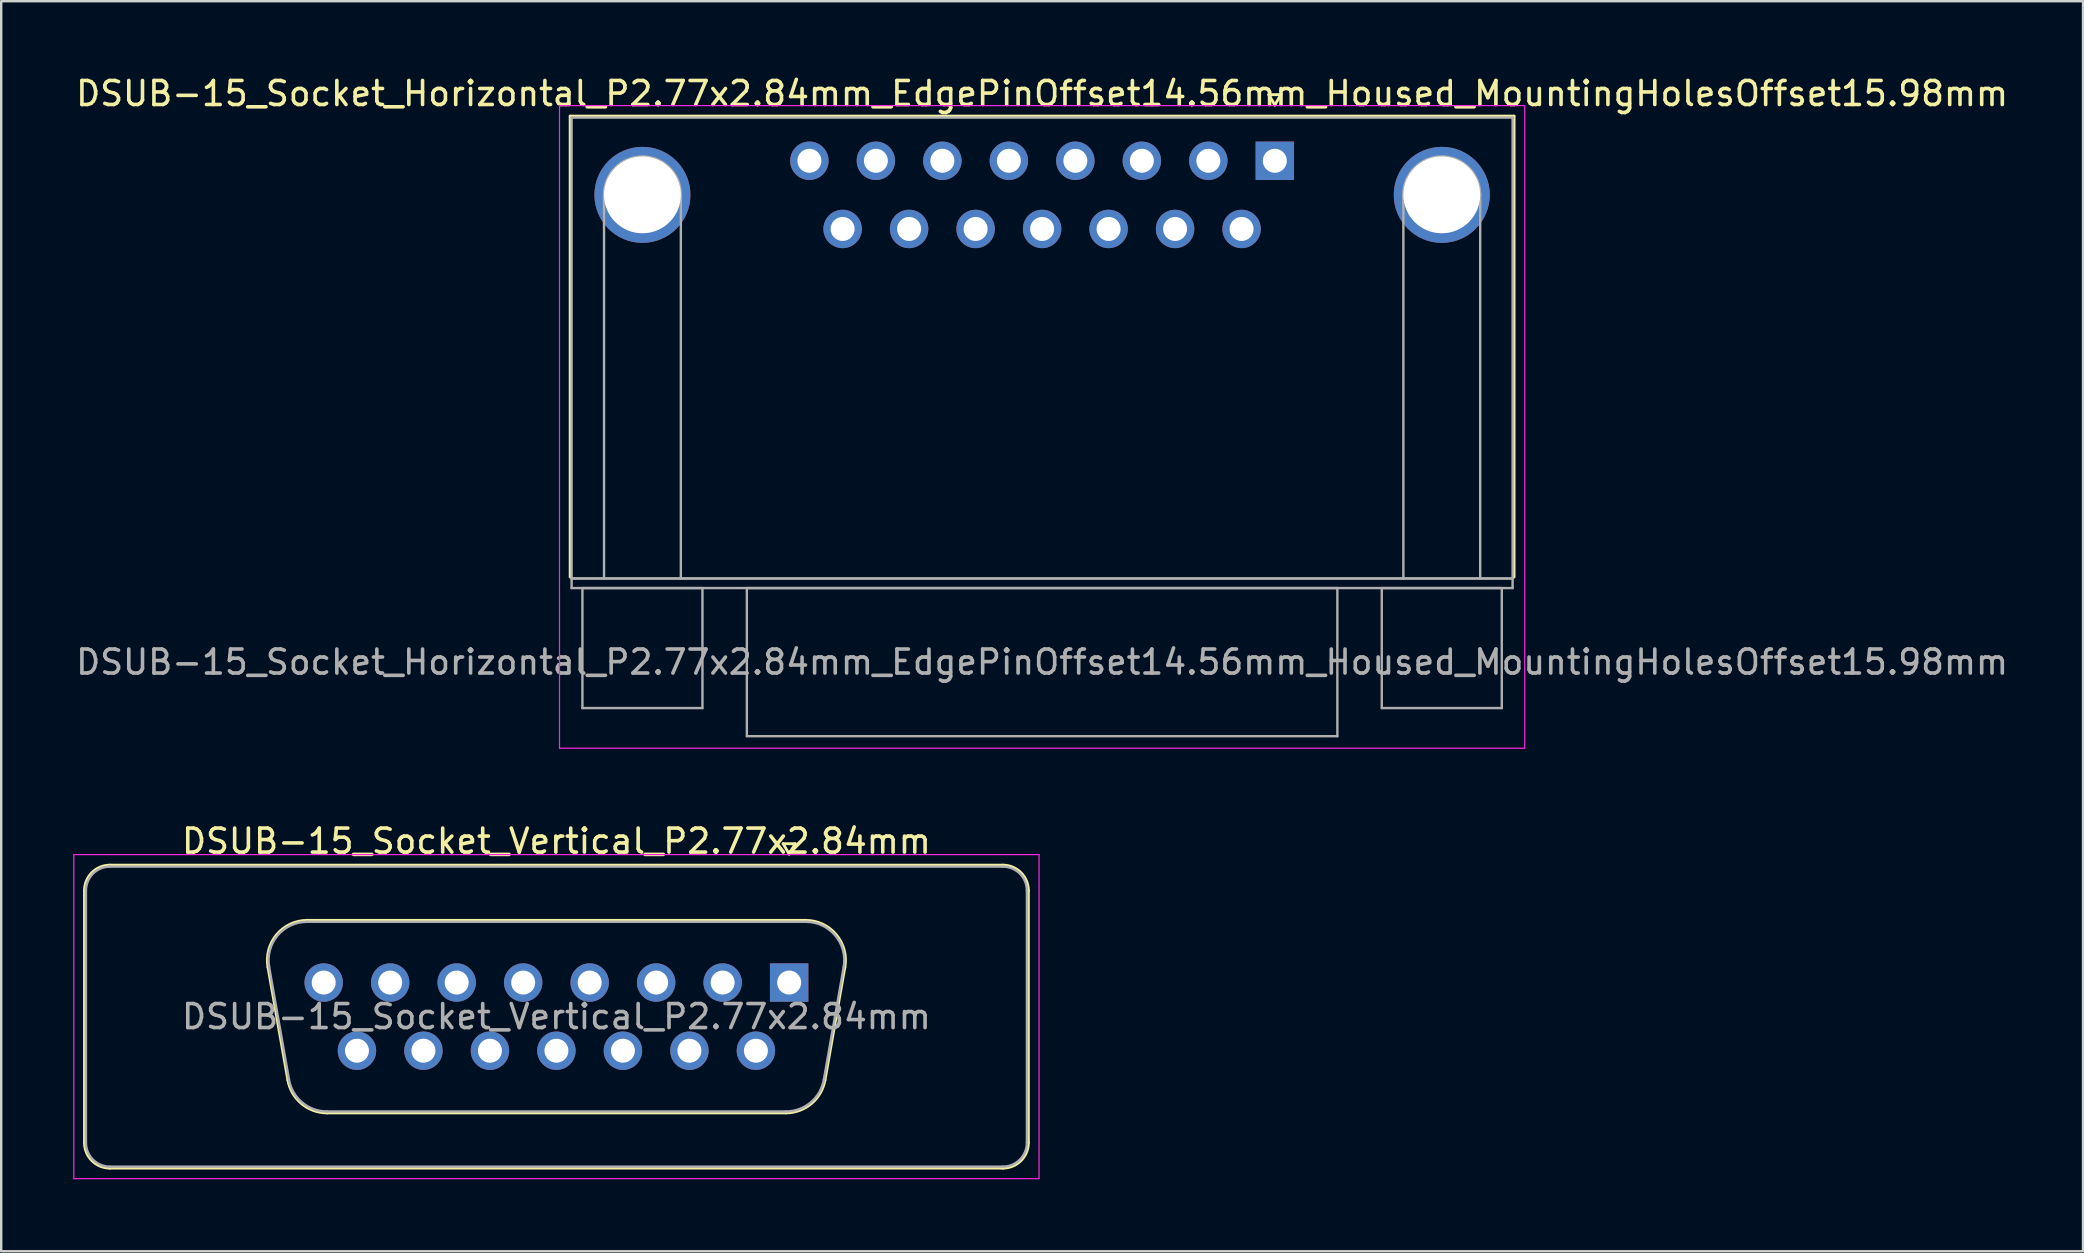
<source format=kicad_pcb>
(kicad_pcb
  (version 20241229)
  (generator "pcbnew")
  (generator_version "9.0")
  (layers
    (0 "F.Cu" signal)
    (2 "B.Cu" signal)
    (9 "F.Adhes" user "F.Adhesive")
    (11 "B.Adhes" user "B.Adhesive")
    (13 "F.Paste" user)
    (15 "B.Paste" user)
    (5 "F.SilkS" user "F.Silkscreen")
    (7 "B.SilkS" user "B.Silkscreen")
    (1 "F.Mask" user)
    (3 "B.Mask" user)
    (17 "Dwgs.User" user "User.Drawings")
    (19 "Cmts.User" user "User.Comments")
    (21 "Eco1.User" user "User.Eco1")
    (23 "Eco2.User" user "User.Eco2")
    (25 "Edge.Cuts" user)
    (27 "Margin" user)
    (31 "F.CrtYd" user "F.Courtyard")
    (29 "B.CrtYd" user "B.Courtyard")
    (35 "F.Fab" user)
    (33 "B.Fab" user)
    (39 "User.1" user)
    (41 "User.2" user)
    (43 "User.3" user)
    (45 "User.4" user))
  (footprint "DSUB-15_Socket_Horizontal_P2.77x2.84mm_EdgePinOffset14.56mm_Housed_MountingHolesOffset15.98mm"
    (layer "F.Cu")
    (at 50.058 3.648)
    (property "Reference" "DSUB-15_Socket_Horizontal_P2.77x2.84mm_EdgePinOffset14.56mm_Housed_MountingHolesOffset15.98mm" (at -9.695 -2.8 0) (layer "F.SilkS") (effects (font (size 1 1) (thickness 0.15))))
    (attr through_hole)
    (fp_line (start -29.355 -1.86) (end 9.965 -1.86) (stroke (width 0.12) (type solid)) (layer "F.SilkS"))
    (fp_line (start -29.355 17.34) (end -29.355 -1.86) (stroke (width 0.12) (type solid)) (layer "F.SilkS"))
    (fp_line (start -0.25 -2.754) (end 0.25 -2.754) (stroke (width 0.12) (type solid)) (layer "F.SilkS"))
    (fp_line (start 0 -2.321) (end -0.25 -2.754) (stroke (width 0.12) (type solid)) (layer "F.SilkS"))
    (fp_line (start 0.25 -2.754) (end 0 -2.321) (stroke (width 0.12) (type solid)) (layer "F.SilkS"))
    (fp_line (start 9.965 -1.86) (end 9.965 17.34) (stroke (width 0.12) (type solid)) (layer "F.SilkS"))
    (fp_line (start -29.8 -2.3) (end -29.8 24.47) (stroke (width 0.05) (type solid)) (layer "F.CrtYd"))
    (fp_line (start -29.8 24.47) (end 10.41 24.47) (stroke (width 0.05) (type solid)) (layer "F.CrtYd"))
    (fp_line (start 10.41 -2.3) (end -29.8 -2.3) (stroke (width 0.05) (type solid)) (layer "F.CrtYd"))
    (fp_line (start 10.41 24.47) (end 10.41 -2.3) (stroke (width 0.05) (type solid)) (layer "F.CrtYd"))
    (fp_line (start -29.295 -1.8) (end -29.295 17.4) (stroke (width 0.1) (type solid)) (layer "F.Fab"))
    (fp_line (start -29.295 17.4) (end -29.295 17.8) (stroke (width 0.1) (type solid)) (layer "F.Fab"))
    (fp_line (start -29.295 17.4) (end 9.905 17.4) (stroke (width 0.1) (type solid)) (layer "F.Fab"))
    (fp_line (start -29.295 17.8) (end 9.905 17.8) (stroke (width 0.1) (type solid)) (layer "F.Fab"))
    (fp_line (start -28.845 17.8) (end -28.845 22.8) (stroke (width 0.1) (type solid)) (layer "F.Fab"))
    (fp_line (start -28.845 22.8) (end -23.845 22.8) (stroke (width 0.1) (type solid)) (layer "F.Fab"))
    (fp_line (start -27.945 17.4) (end -27.945 1.42) (stroke (width 0.1) (type solid)) (layer "F.Fab"))
    (fp_line (start -24.745 17.4) (end -24.745 1.42) (stroke (width 0.1) (type solid)) (layer "F.Fab"))
    (fp_line (start -23.845 17.8) (end -28.845 17.8) (stroke (width 0.1) (type solid)) (layer "F.Fab"))
    (fp_line (start -23.845 22.8) (end -23.845 17.8) (stroke (width 0.1) (type solid)) (layer "F.Fab"))
    (fp_line (start -21.995 17.8) (end -21.995 23.97) (stroke (width 0.1) (type solid)) (layer "F.Fab"))
    (fp_line (start -21.995 23.97) (end 2.605 23.97) (stroke (width 0.1) (type solid)) (layer "F.Fab"))
    (fp_line (start 2.605 17.8) (end -21.995 17.8) (stroke (width 0.1) (type solid)) (layer "F.Fab"))
    (fp_line (start 2.605 23.97) (end 2.605 17.8) (stroke (width 0.1) (type solid)) (layer "F.Fab"))
    (fp_line (start 4.455 17.8) (end 4.455 22.8) (stroke (width 0.1) (type solid)) (layer "F.Fab"))
    (fp_line (start 4.455 22.8) (end 9.455 22.8) (stroke (width 0.1) (type solid)) (layer "F.Fab"))
    (fp_line (start 5.355 17.4) (end 5.355 1.42) (stroke (width 0.1) (type solid)) (layer "F.Fab"))
    (fp_line (start 8.555 17.4) (end 8.555 1.42) (stroke (width 0.1) (type solid)) (layer "F.Fab"))
    (fp_line (start 9.455 17.8) (end 4.455 17.8) (stroke (width 0.1) (type solid)) (layer "F.Fab"))
    (fp_line (start 9.455 22.8) (end 9.455 17.8) (stroke (width 0.1) (type solid)) (layer "F.Fab"))
    (fp_line (start 9.905 -1.8) (end -29.295 -1.8) (stroke (width 0.1) (type solid)) (layer "F.Fab"))
    (fp_line (start 9.905 17.4) (end -29.295 17.4) (stroke (width 0.1) (type solid)) (layer "F.Fab"))
    (fp_line (start 9.905 17.4) (end 9.905 -1.8) (stroke (width 0.1) (type solid)) (layer "F.Fab"))
    (fp_line (start 9.905 17.8) (end 9.905 17.4) (stroke (width 0.1) (type solid)) (layer "F.Fab"))
    (fp_arc (start -27.945 1.42) (mid -26.345 -0.18) (end -24.745 1.42) (stroke (width 0.1) (type solid)) (layer "F.Fab"))
    (fp_arc (start 5.355 1.42) (mid 6.955 -0.18) (end 8.555 1.42) (stroke (width 0.1) (type solid)) (layer "F.Fab"))
    (fp_text user "${REFERENCE}" (at -9.695 20.885 0) (layer "F.Fab") (effects (font (size 1 1) (thickness 0.15))))
    (pad "0" thru_hole circle (at -26.345 1.42) (size 4 4) (drill 3.2) (layers "*.Cu" "*.Mask"))
    (pad "0" thru_hole circle (at 6.955 1.42) (size 4 4) (drill 3.2) (layers "*.Cu" "*.Mask"))
    (pad "1" thru_hole rect (at 0 0) (size 1.6 1.6) (drill 1) (layers "*.Cu" "*.Mask"))
    (pad "2" thru_hole circle (at -2.77 0) (size 1.6 1.6) (drill 1) (layers "*.Cu" "*.Mask"))
    (pad "3" thru_hole circle (at -5.54 0) (size 1.6 1.6) (drill 1) (layers "*.Cu" "*.Mask"))
    (pad "4" thru_hole circle (at -8.31 0) (size 1.6 1.6) (drill 1) (layers "*.Cu" "*.Mask"))
    (pad "5" thru_hole circle (at -11.08 0) (size 1.6 1.6) (drill 1) (layers "*.Cu" "*.Mask"))
    (pad "6" thru_hole circle (at -13.85 0) (size 1.6 1.6) (drill 1) (layers "*.Cu" "*.Mask"))
    (pad "7" thru_hole circle (at -16.62 0) (size 1.6 1.6) (drill 1) (layers "*.Cu" "*.Mask"))
    (pad "8" thru_hole circle (at -19.39 0) (size 1.6 1.6) (drill 1) (layers "*.Cu" "*.Mask"))
    (pad "9" thru_hole circle (at -1.385 2.84) (size 1.6 1.6) (drill 1) (layers "*.Cu" "*.Mask"))
    (pad "10" thru_hole circle (at -4.155 2.84) (size 1.6 1.6) (drill 1) (layers "*.Cu" "*.Mask"))
    (pad "11" thru_hole circle (at -6.925 2.84) (size 1.6 1.6) (drill 1) (layers "*.Cu" "*.Mask"))
    (pad "12" thru_hole circle (at -9.695 2.84) (size 1.6 1.6) (drill 1) (layers "*.Cu" "*.Mask"))
    (pad "13" thru_hole circle (at -12.465 2.84) (size 1.6 1.6) (drill 1) (layers "*.Cu" "*.Mask"))
    (pad "14" thru_hole circle (at -15.235 2.84) (size 1.6 1.6) (drill 1) (layers "*.Cu" "*.Mask"))
    (pad "15" thru_hole circle (at -18.005 2.84) (size 1.6 1.6) (drill 1) (layers "*.Cu" "*.Mask")))
  (footprint "DSUB-15_Socket_Vertical_P2.77x2.84mm"
    (layer "F.Cu")
    (at 29.825 37.882)
    (property "Reference" "DSUB-15_Socket_Vertical_P2.77x2.84mm" (at -9.695 -5.89 0) (layer "F.SilkS") (effects (font (size 1 1) (thickness 0.15))))
    (attr through_hole)
    (fp_line (start -29.355 6.67) (end -29.355 -3.83) (stroke (width 0.12) (type solid)) (layer "F.SilkS"))
    (fp_line (start -28.295 -4.89) (end 8.905 -4.89) (stroke (width 0.12) (type solid)) (layer "F.SilkS"))
    (fp_line (start -20.883 4.058) (end -21.711 -0.642) (stroke (width 0.12) (type solid)) (layer "F.SilkS"))
    (fp_line (start -20.077 -2.59) (end 0.687 -2.59) (stroke (width 0.12) (type solid)) (layer "F.SilkS"))
    (fp_line (start -0.25 -5.784) (end 0.25 -5.784) (stroke (width 0.12) (type solid)) (layer "F.SilkS"))
    (fp_line (start -0.142 5.43) (end -19.248 5.43) (stroke (width 0.12) (type solid)) (layer "F.SilkS"))
    (fp_line (start 0 -5.351) (end -0.25 -5.784) (stroke (width 0.12) (type solid)) (layer "F.SilkS"))
    (fp_line (start 0.25 -5.784) (end 0 -5.351) (stroke (width 0.12) (type solid)) (layer "F.SilkS"))
    (fp_line (start 2.321 -0.642) (end 1.493 4.058) (stroke (width 0.12) (type solid)) (layer "F.SilkS"))
    (fp_line (start 8.905 7.73) (end -28.295 7.73) (stroke (width 0.12) (type solid)) (layer "F.SilkS"))
    (fp_line (start 9.965 -3.83) (end 9.965 6.67) (stroke (width 0.12) (type solid)) (layer "F.SilkS"))
    (fp_arc (start -29.355 -3.83) (mid -29.044533 -4.579533) (end -28.295 -4.89) (stroke (width 0.12) (type solid)) (layer "F.SilkS"))
    (fp_arc (start -28.295 7.73) (mid -29.044533 7.419533) (end -29.355 6.67) (stroke (width 0.12) (type solid)) (layer "F.SilkS"))
    (fp_arc (start -21.71147 -0.641744) (mid -21.348323 -1.997027) (end -20.076689 -2.59) (stroke (width 0.12) (type solid)) (layer "F.SilkS"))
    (fp_arc (start -19.247952 5.43) (mid -20.31498 5.041634) (end -20.882733 4.058256) (stroke (width 0.12) (type solid)) (layer "F.SilkS"))
    (fp_arc (start 0.686689 -2.59) (mid 1.958323 -1.997027) (end 2.32147 -0.641744) (stroke (width 0.12) (type solid)) (layer "F.SilkS"))
    (fp_arc (start 1.492733 4.058256) (mid 0.92498 5.041634) (end -0.142048 5.43) (stroke (width 0.12) (type solid)) (layer "F.SilkS"))
    (fp_arc (start 8.905 -4.89) (mid 9.654533 -4.579533) (end 9.965 -3.83) (stroke (width 0.12) (type solid)) (layer "F.SilkS"))
    (fp_arc (start 9.965 6.67) (mid 9.654533 7.419533) (end 8.905 7.73) (stroke (width 0.12) (type solid)) (layer "F.SilkS"))
    (fp_line (start -29.8 -5.33) (end -29.8 8.17) (stroke (width 0.05) (type solid)) (layer "F.CrtYd"))
    (fp_line (start -29.8 8.17) (end 10.41 8.17) (stroke (width 0.05) (type solid)) (layer "F.CrtYd"))
    (fp_line (start 10.41 -5.33) (end -29.8 -5.33) (stroke (width 0.05) (type solid)) (layer "F.CrtYd"))
    (fp_line (start 10.41 8.17) (end 10.41 -5.33) (stroke (width 0.05) (type solid)) (layer "F.CrtYd"))
    (fp_line (start -29.295 6.67) (end -29.295 -3.83) (stroke (width 0.1) (type solid)) (layer "F.Fab"))
    (fp_line (start -28.295 -4.83) (end 8.905 -4.83) (stroke (width 0.1) (type solid)) (layer "F.Fab"))
    (fp_line (start -20.835 4.048) (end -21.664 -0.652) (stroke (width 0.1) (type solid)) (layer "F.Fab"))
    (fp_line (start -20.088 -2.53) (end 0.698 -2.53) (stroke (width 0.1) (type solid)) (layer "F.Fab"))
    (fp_line (start -0.131 5.37) (end -19.259 5.37) (stroke (width 0.1) (type solid)) (layer "F.Fab"))
    (fp_line (start 2.274 -0.652) (end 1.445 4.048) (stroke (width 0.1) (type solid)) (layer "F.Fab"))
    (fp_line (start 8.905 7.67) (end -28.295 7.67) (stroke (width 0.1) (type solid)) (layer "F.Fab"))
    (fp_line (start 9.905 -3.83) (end 9.905 6.67) (stroke (width 0.1) (type solid)) (layer "F.Fab"))
    (fp_arc (start -29.295 -3.83) (mid -29.002107 -4.537107) (end -28.295 -4.83) (stroke (width 0.1) (type solid)) (layer "F.Fab"))
    (fp_arc (start -28.295 7.67) (mid -29.002107 7.377107) (end -29.295 6.67) (stroke (width 0.1) (type solid)) (layer "F.Fab"))
    (fp_arc (start -21.663887 -0.652163) (mid -21.313865 -1.95846) (end -20.088194 -2.53) (stroke (width 0.1) (type solid)) (layer "F.Fab"))
    (fp_arc (start -19.259457 5.37) (mid -20.287918 4.995671) (end -20.83515 4.047837) (stroke (width 0.1) (type solid)) (layer "F.Fab"))
    (fp_arc (start 0.698194 -2.53) (mid 1.923865 -1.95846) (end 2.273887 -0.652163) (stroke (width 0.1) (type solid)) (layer "F.Fab"))
    (fp_arc (start 1.44515 4.047837) (mid 0.897918 4.995671) (end -0.130543 5.37) (stroke (width 0.1) (type solid)) (layer "F.Fab"))
    (fp_arc (start 8.905 -4.83) (mid 9.612107 -4.537107) (end 9.905 -3.83) (stroke (width 0.1) (type solid)) (layer "F.Fab"))
    (fp_arc (start 9.905 6.67) (mid 9.612107 7.377107) (end 8.905 7.67) (stroke (width 0.1) (type solid)) (layer "F.Fab"))
    (fp_text user "${REFERENCE}" (at -9.695 1.42 0) (layer "F.Fab") (effects (font (size 1 1) (thickness 0.15))))
    (pad "1" thru_hole rect (at 0 0) (size 1.6 1.6) (drill 1) (layers "*.Cu" "*.Mask"))
    (pad "2" thru_hole circle (at -2.77 0) (size 1.6 1.6) (drill 1) (layers "*.Cu" "*.Mask"))
    (pad "3" thru_hole circle (at -5.54 0) (size 1.6 1.6) (drill 1) (layers "*.Cu" "*.Mask"))
    (pad "4" thru_hole circle (at -8.31 0) (size 1.6 1.6) (drill 1) (layers "*.Cu" "*.Mask"))
    (pad "5" thru_hole circle (at -11.08 0) (size 1.6 1.6) (drill 1) (layers "*.Cu" "*.Mask"))
    (pad "6" thru_hole circle (at -13.85 0) (size 1.6 1.6) (drill 1) (layers "*.Cu" "*.Mask"))
    (pad "7" thru_hole circle (at -16.62 0) (size 1.6 1.6) (drill 1) (layers "*.Cu" "*.Mask"))
    (pad "8" thru_hole circle (at -19.39 0) (size 1.6 1.6) (drill 1) (layers "*.Cu" "*.Mask"))
    (pad "9" thru_hole circle (at -1.385 2.84) (size 1.6 1.6) (drill 1) (layers "*.Cu" "*.Mask"))
    (pad "10" thru_hole circle (at -4.155 2.84) (size 1.6 1.6) (drill 1) (layers "*.Cu" "*.Mask"))
    (pad "11" thru_hole circle (at -6.925 2.84) (size 1.6 1.6) (drill 1) (layers "*.Cu" "*.Mask"))
    (pad "12" thru_hole circle (at -9.695 2.84) (size 1.6 1.6) (drill 1) (layers "*.Cu" "*.Mask"))
    (pad "13" thru_hole circle (at -12.465 2.84) (size 1.6 1.6) (drill 1) (layers "*.Cu" "*.Mask"))
    (pad "14" thru_hole circle (at -15.235 2.84) (size 1.6 1.6) (drill 1) (layers "*.Cu" "*.Mask"))
    (pad "15" thru_hole circle (at -18.005 2.84) (size 1.6 1.6) (drill 1) (layers "*.Cu" "*.Mask")))
  (gr_rect
    (start -3 -3)
    (end 83.726 49.077)
    (stroke (width 0.1) (type default))
    (fill no)
    (layer "Edge.Cuts")))
</source>
